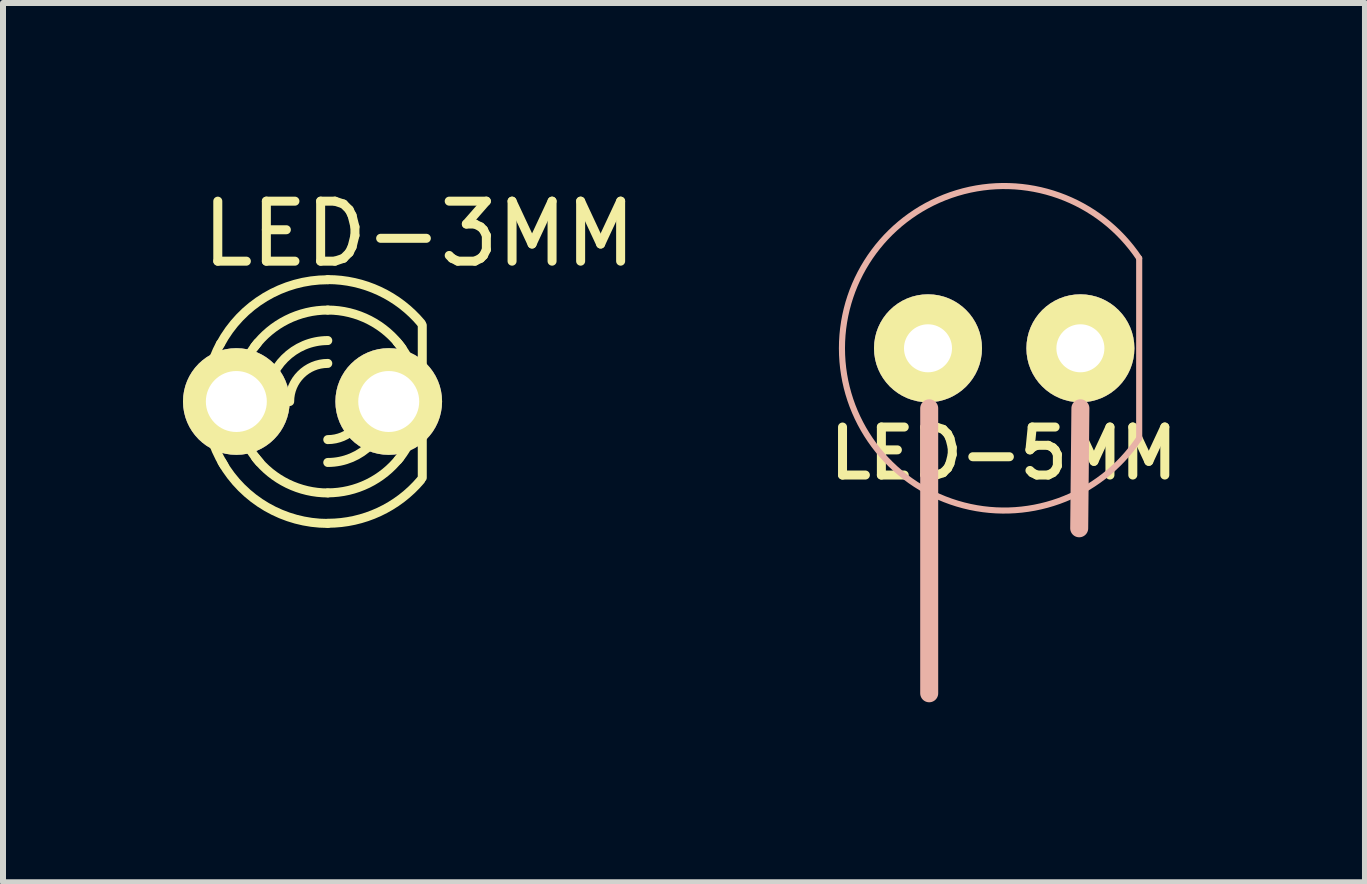
<source format=kicad_pcb>
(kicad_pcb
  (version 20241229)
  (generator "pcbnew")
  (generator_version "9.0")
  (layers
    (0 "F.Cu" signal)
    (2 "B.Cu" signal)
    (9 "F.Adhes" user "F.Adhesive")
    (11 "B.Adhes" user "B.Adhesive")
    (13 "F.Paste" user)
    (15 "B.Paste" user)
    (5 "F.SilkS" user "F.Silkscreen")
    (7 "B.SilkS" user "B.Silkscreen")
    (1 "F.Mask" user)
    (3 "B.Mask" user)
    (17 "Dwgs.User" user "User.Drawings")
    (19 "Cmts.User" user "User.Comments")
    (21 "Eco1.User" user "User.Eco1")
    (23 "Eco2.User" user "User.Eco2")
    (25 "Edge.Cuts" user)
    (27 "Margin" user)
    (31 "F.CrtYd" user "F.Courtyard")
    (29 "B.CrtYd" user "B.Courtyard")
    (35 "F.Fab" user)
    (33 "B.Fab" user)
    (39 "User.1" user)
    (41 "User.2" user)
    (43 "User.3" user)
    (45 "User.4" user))
  (footprint "LED-3MM"
    (layer "F.Cu")
    (at 2.159 3.642)
    (property "Reference" "LED-3MM" (at 1.778 -2.794 0) (layer "F.SilkS") (effects (font (size 1 1) (thickness 0.15))))
    (attr through_hole)
    (fp_line (start 1.829 1.27) (end 1.829 -1.27) (stroke (width 0.15) (type solid)) (layer "F.SilkS"))
    (fp_arc (start -1.778 0) (mid -1.716347 -0.496745) (end -1.53513 -0.963347) (stroke (width 0.15) (type solid)) (layer "F.SilkS"))
    (fp_arc (start -1.5367 -0.95504) (mid -0.790567 -1.739997) (end 0.253025 -2.02946) (stroke (width 0.15) (type solid)) (layer "F.SilkS"))
    (fp_arc (start -1.47574 1.06426) (mid -1.700164 0.553076) (end -1.776923 0.0001) (stroke (width 0.15) (type solid)) (layer "F.SilkS"))
    (fp_arc (start -1.27 0) (mid -1.178999 -0.518738) (end -0.916864 -0.975527) (stroke (width 0.15) (type solid)) (layer "F.SilkS"))
    (fp_arc (start -0.9652 -0.9144) (mid -0.427912 -1.362928) (end 0.253199 -1.524) (stroke (width 0.15) (type solid)) (layer "F.SilkS"))
    (fp_arc (start -0.88392 1.01092) (mid -1.168742 0.540951) (end -1.268111 0.000469) (stroke (width 0.15) (type solid)) (layer "F.SilkS"))
    (fp_arc (start -0.762 0) (mid -0.46442 -0.71842) (end 0.254 -1.016) (stroke (width 0.15) (type solid)) (layer "F.SilkS"))
    (fp_arc (start -0.381 0) (mid -0.195013 -0.449013) (end 0.254 -0.635) (stroke (width 0.15) (type solid)) (layer "F.SilkS"))
    (fp_arc (start 0.254 -2.032) (mid 1.114367 -1.840867) (end 1.81288 -1.303426) (stroke (width 0.15) (type solid)) (layer "F.SilkS"))
    (fp_arc (start 0.254 -1.524) (mid 0.950618 -1.35547) (end 1.493166 -0.887155) (stroke (width 0.15) (type solid)) (layer "F.SilkS"))
    (fp_arc (start 0.254 1.524) (mid -0.415273 1.369179) (end -0.948564 0.936171) (stroke (width 0.15) (type solid)) (layer "F.SilkS"))
    (fp_arc (start 0.254 2.032) (mid -0.76507 1.757988) (end -1.509299 1.009851) (stroke (width 0.15) (type solid)) (layer "F.SilkS"))
    (fp_arc (start 0.889 0) (mid 0.703013 0.449013) (end 0.254 0.635) (stroke (width 0.15) (type solid)) (layer "F.SilkS"))
    (fp_arc (start 1.27 0) (mid 0.97242 0.71842) (end 0.254 1.016) (stroke (width 0.15) (type solid)) (layer "F.SilkS"))
    (fp_arc (start 1.4097 -0.9906) (mid 1.681593 -0.528119) (end 1.776147 -0.000034) (stroke (width 0.15) (type solid)) (layer "F.SilkS"))
    (fp_arc (start 1.45542 0.93472) (mid 0.922882 1.367373) (end 0.254442 1.522206) (stroke (width 0.15) (type solid)) (layer "F.SilkS"))
    (fp_arc (start 1.778 0) (mid 1.686999 0.518738) (end 1.424864 0.975527) (stroke (width 0.15) (type solid)) (layer "F.SilkS"))
    (fp_arc (start 1.8034 1.31064) (mid 1.109154 1.840416) (end 0.256552 2.029387) (stroke (width 0.15) (type solid)) (layer "F.SilkS"))
    (pad "1" thru_hole circle (at -1.27 0) (size 1.778 1.778) (drill 1.016) (layers "*.Cu" "*.Mask" "F.SilkS"))
    (pad "2" thru_hole circle (at 1.27 0) (size 1.778 1.778) (drill 1.016) (layers "*.Cu" "*.Mask" "F.SilkS")))
  (footprint "LED-5MM"
    (layer "F.Cu")
    (at 13.687 2.755)
    (property "Reference" "LED-5MM" (at -0.009 1.75 180) (layer "F.SilkS") (effects (font (size 0.8 0.8) (thickness 0.15))))
    (attr through_hole)
    (fp_line (start -1.25 1) (end -1.25 5.75) (stroke (width 0.3) (type solid)) (layer "B.SilkS"))
    (fp_line (start 1.27 1) (end 1.25 3) (stroke (width 0.3) (type solid)) (layer "B.SilkS"))
    (fp_line (start 2.25 -1.5) (end 2.25 1.5) (stroke (width 0.102) (type solid)) (layer "B.SilkS"))
    (fp_arc (start 2.25 1.5) (mid -2.704163 0.000469) (end 2.24948 -1.50078) (stroke (width 0.1016) (type solid)) (layer "B.SilkS"))
    (pad "1" thru_hole circle (at -1.27 0) (size 1.8 1.8) (drill 0.8) (layers "*.Cu" "*.Mask" "F.SilkS"))
    (pad "2" thru_hole circle (at 1.27 0) (size 1.8 1.8) (drill 0.8) (layers "*.Cu" "*.Mask" "F.SilkS")))
  (gr_rect
    (start -3 -3)
    (end 19.7 11.655)
    (stroke (width 0.1) (type default))
    (fill no)
    (layer "Edge.Cuts")))
</source>
